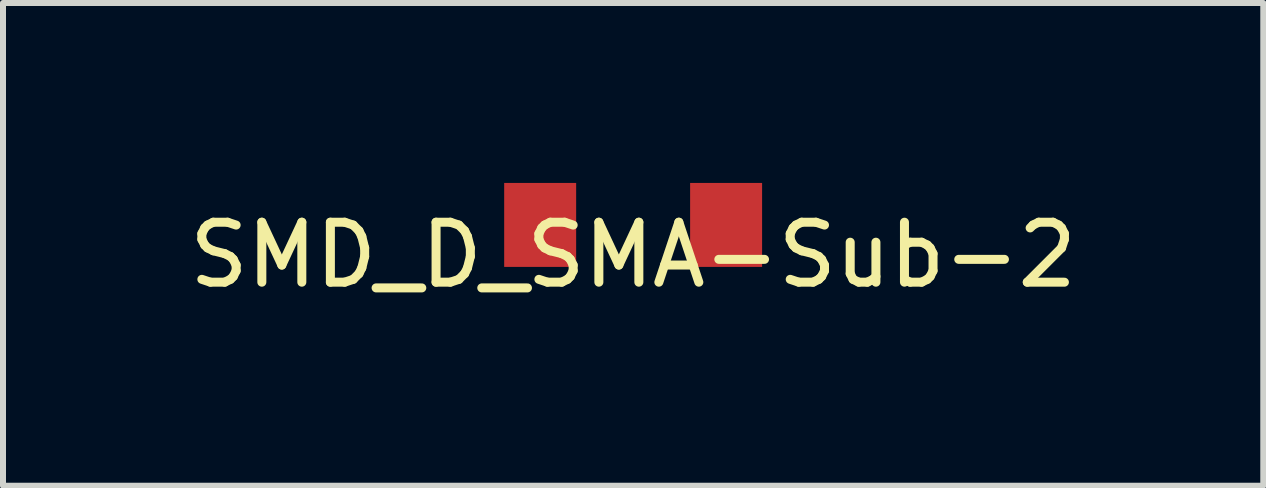
<source format=kicad_pcb>
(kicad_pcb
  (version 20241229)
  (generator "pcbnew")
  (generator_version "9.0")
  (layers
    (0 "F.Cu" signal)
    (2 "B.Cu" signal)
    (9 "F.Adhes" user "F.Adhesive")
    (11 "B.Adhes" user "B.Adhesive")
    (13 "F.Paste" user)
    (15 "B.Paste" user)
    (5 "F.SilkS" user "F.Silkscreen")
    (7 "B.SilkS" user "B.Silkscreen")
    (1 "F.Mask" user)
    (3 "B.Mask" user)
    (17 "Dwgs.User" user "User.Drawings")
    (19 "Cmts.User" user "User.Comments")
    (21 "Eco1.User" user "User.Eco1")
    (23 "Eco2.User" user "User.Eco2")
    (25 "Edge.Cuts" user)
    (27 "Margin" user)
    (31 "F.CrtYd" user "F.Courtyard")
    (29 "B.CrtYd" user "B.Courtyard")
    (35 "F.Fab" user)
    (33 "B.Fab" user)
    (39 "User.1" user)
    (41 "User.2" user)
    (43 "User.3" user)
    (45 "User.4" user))
  (footprint "SMD_D_SMA-Sub-2"
    (layer "F.Cu")
    (at 7.506 0.7)
    (property "Reference" "SMD_D_SMA-Sub-2" (at 0 0.5 0) (layer "F.SilkS") (effects (font (size 1 1) (thickness 0.15))))
    (attr through_hole)
    (pad "1" smd rect (at -1.55 0) (size 1.2 1.4) (layers "F.Cu" "F.Mask" "F.Paste"))
    (pad "1" smd rect (at 1.55 0) (size 1.2 1.4) (layers "F.Cu" "F.Mask" "F.Paste")))
  (gr_rect
    (start -3 -3)
    (end 18.012 5.048)
    (stroke (width 0.1) (type default))
    (fill no)
    (layer "Edge.Cuts")))
</source>
